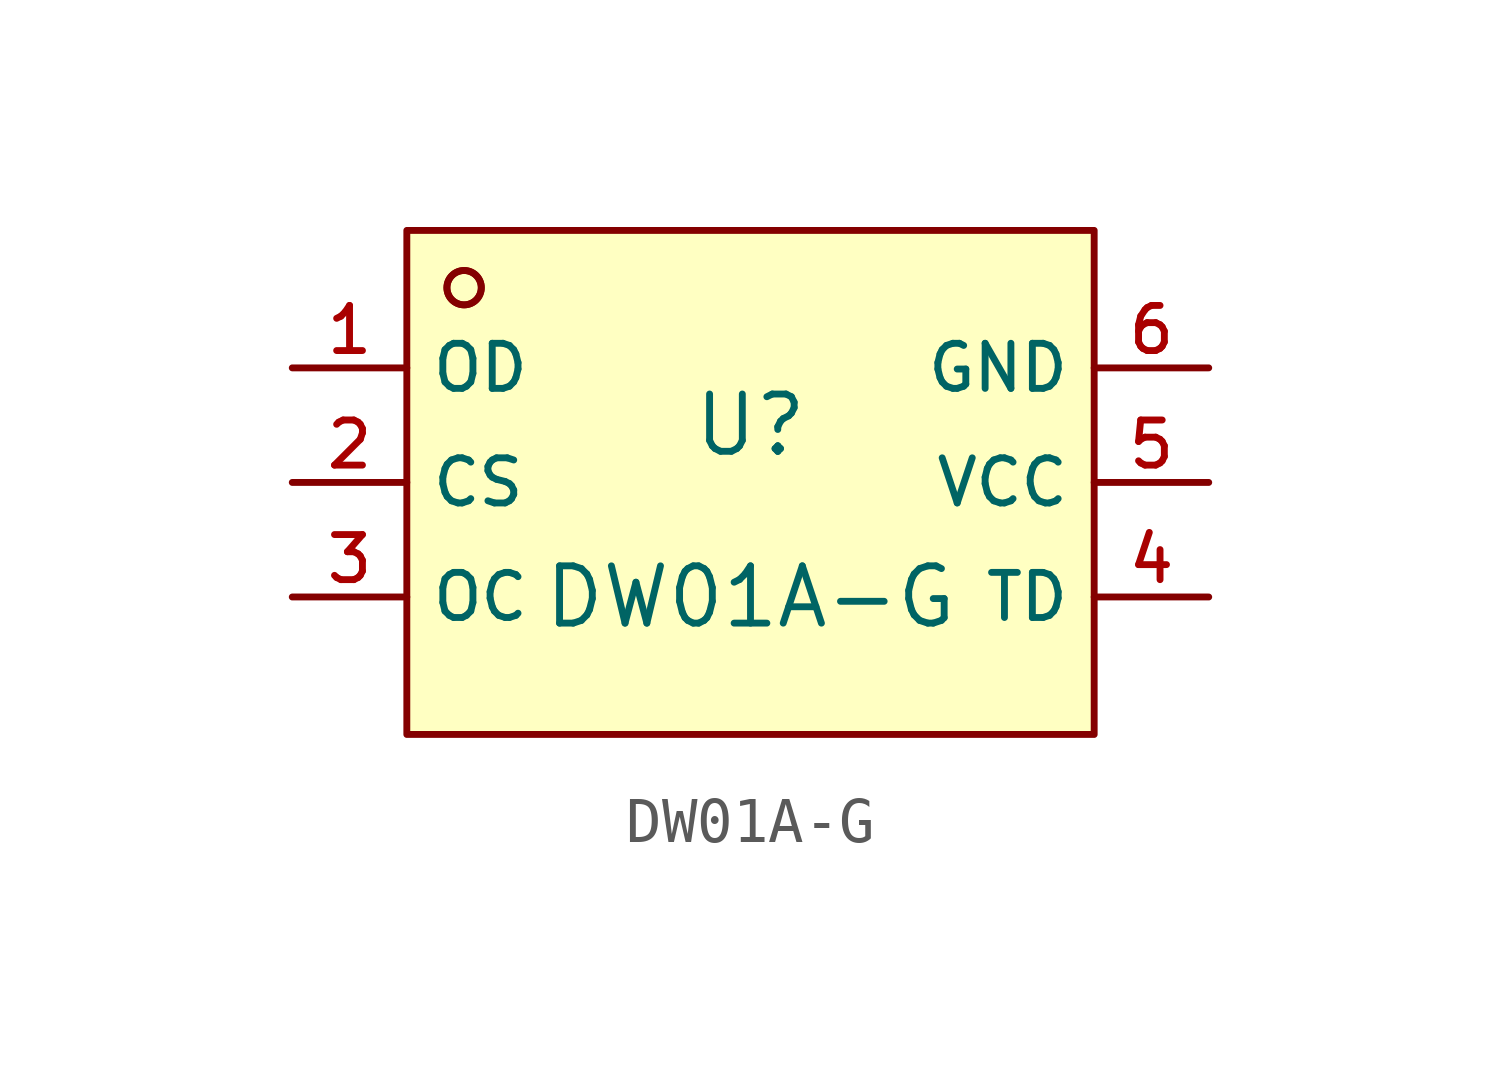
<source format=kicad_sym>
(kicad_symbol_lib
  (version 20210201)
  (generator TousstNicolas/JLC2KiCad_lib)
  (symbol "DW01A-G"
    (property "Reference" "U"
      (at 0 1.27 0)
      (effects (font (size 1.27 1.27))))
    (property "Value" "DW01A-G"
      (at 0 -2.54 0)
      (effects (font (size 1.27 1.27))))
    (symbol "DW01A-G_0_1"
      (circle (center -6.35 4.318) (radius 0.381) (stroke (width 0) (type default) (color 0 0 0 0)) (fill (type background)))
      (rectangle (start -7.62 5.588) (end 7.62 -5.588) (stroke (width 0) (type default) (color 0 0 0 0)) (fill (type background)))
      (circle (center -6.35 4.318) (radius 0.381) (stroke (width 0) (type default) (color 0 0 0 0)) (fill (type background)))
      (pin unspecified line (at -10.16 2.54 0) (length 2.54) (name "OD" (effects (font (size 1 1)))) (number "1" (effects (font (size 1 1)))))
      (pin unspecified line (at -10.16 -0.0 0) (length 2.54) (name "CS" (effects (font (size 1 1)))) (number "2" (effects (font (size 1 1)))))
      (pin unspecified line (at -10.16 -2.54 0) (length 2.54) (name "OC" (effects (font (size 1 1)))) (number "3" (effects (font (size 1 1)))))
      (pin unspecified line (at 10.16 -2.54 180) (length 2.54) (name "TD" (effects (font (size 1 1)))) (number "4" (effects (font (size 1 1)))))
      (pin unspecified line (at 10.16 -0.0 180) (length 2.54) (name "VCC" (effects (font (size 1 1)))) (number "5" (effects (font (size 1 1)))))
      (pin unspecified line (at 10.16 2.54 180) (length 2.54) (name "GND" (effects (font (size 1 1)))) (number "6" (effects (font (size 1 1))))))))
</source>
